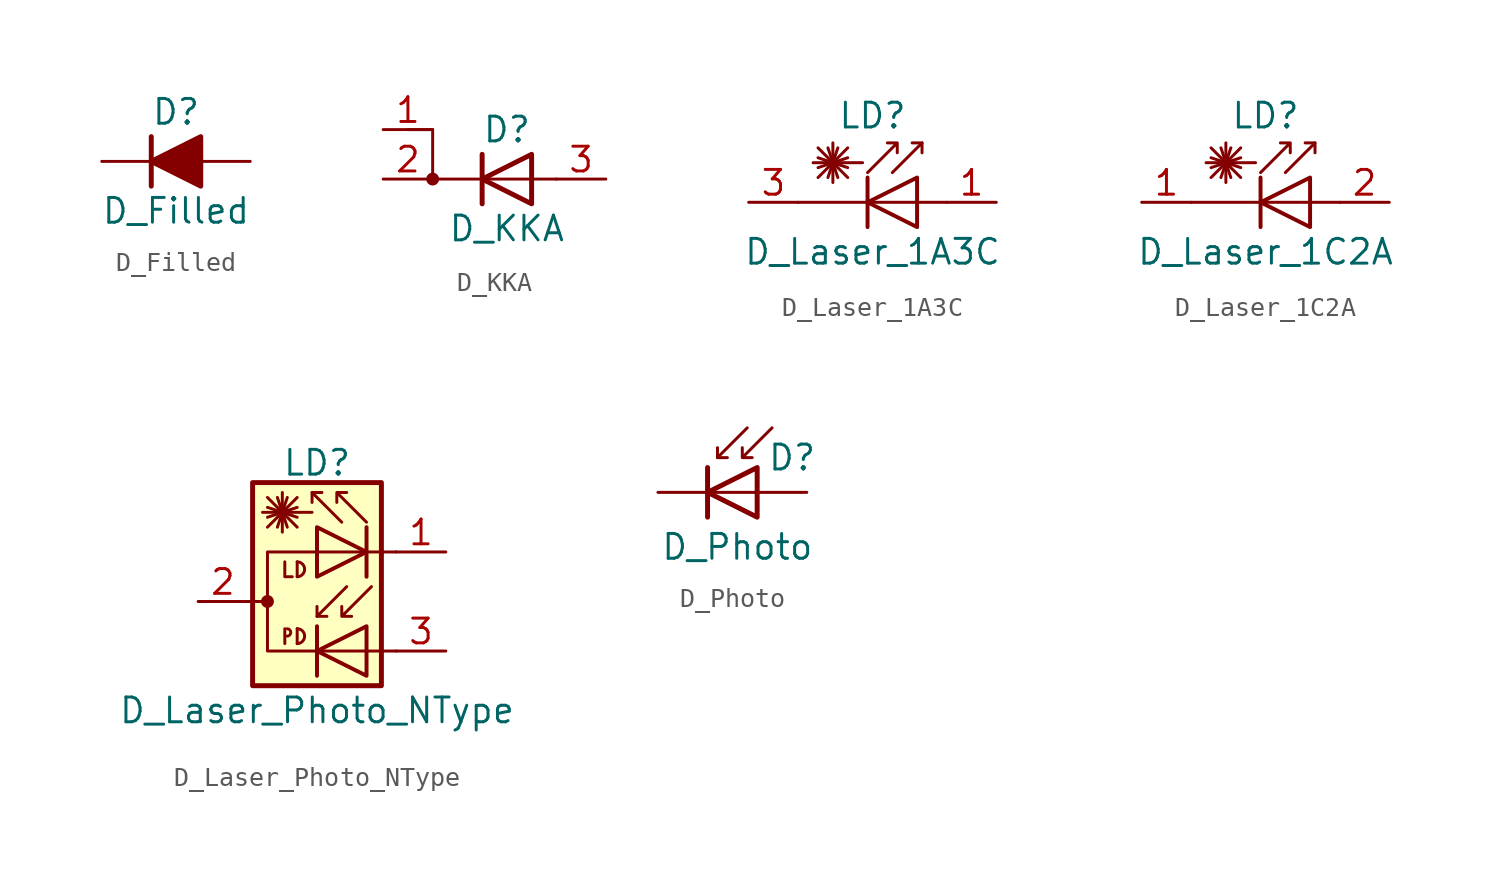
<source format=kicad_sym>
(kicad_symbol_lib
  (version 20211014)
  (generator kicad_symbol_editor)
  (symbol "D_Filled"
    (pin_numbers hide)
    (pin_names
      (offset 1.016) hide)
    (property "Reference" "D"
      (at 0 2.54 0)
      (effects (font (size 1.27 1.27))))
    (property "Value" "D_Filled"
      (at 0 -2.54 0)
      (effects (font (size 1.27 1.27))))
    (symbol "D_Filled_0_1"
      (polyline (pts (xy -1.27 1.27) (xy -1.27 -1.27)) (stroke (width 0.254) (type default) (color 0 0 0 0)) (fill (type none)))
      (polyline (pts (xy 1.27 0) (xy -1.27 0)) (stroke (width 0) (type default) (color 0 0 0 0)) (fill (type none)))
      (polyline (pts (xy 1.27 1.27) (xy 1.27 -1.27) (xy -1.27 0) (xy 1.27 1.27)) (stroke (width 0.254) (type default) (color 0 0 0 0)) (fill (type outline))))
    (symbol "D_Filled_1_1"
      (pin passive line (at -3.81 0 0) (length 2.54) (name "K" (effects (font (size 1.27 1.27)))) (number "1" (effects (font (size 1.27 1.27)))))
      (pin passive line (at 3.81 0 180) (length 2.54) (name "A" (effects (font (size 1.27 1.27)))) (number "2" (effects (font (size 1.27 1.27)))))))
  (symbol "D_KKA"
    (pin_names
      (offset 0) hide)
    (property "Reference" "D"
      (at 0 2.54 0)
      (effects (font (size 1.27 1.27))))
    (property "Value" "D_KKA"
      (at 0 -2.54 0)
      (effects (font (size 1.27 1.27))))
    (symbol "D_KKA_0_1"
      (circle (center -3.81 0) (radius 0.254) (stroke (width 0) (type default) (color 0 0 0 0)) (fill (type outline)))
      (polyline (pts (xy -1.27 1.27) (xy -1.27 -1.27)) (stroke (width 0.254) (type default) (color 0 0 0 0)) (fill (type none)))
      (polyline (pts (xy -5.08 2.54) (xy -3.81 2.54) (xy -3.81 0) (xy 2.54 0)) (stroke (width 0) (type default) (color 0 0 0 0)) (fill (type none)))
      (polyline (pts (xy 1.27 1.27) (xy 1.27 -1.27) (xy -1.27 0) (xy 1.27 1.27)) (stroke (width 0.254) (type default) (color 0 0 0 0)) (fill (type none))))
    (symbol "D_KKA_1_1"
      (pin input line (at -6.35 2.54 0) (length 2.54) (name "K" (effects (font (size 1.27 1.27)))) (number "1" (effects (font (size 1.27 1.27)))))
      (pin passive line (at -6.35 0 0) (length 2.54) (name "K" (effects (font (size 1.27 1.27)))) (number "2" (effects (font (size 1.27 1.27)))))
      (pin passive line (at 5.08 0 180) (length 2.54) (name "A" (effects (font (size 1.27 1.27)))) (number "3" (effects (font (size 1.27 1.27)))))))
  (symbol "D_Laser_1A3C"
    (pin_names
      (offset 1.016) hide)
    (property "Reference" "LD"
      (at -1.27 4.445 0)
      (effects (font (size 1.27 1.27))))
    (property "Value" "D_Laser_1A3C"
      (at -1.27 -2.54 0)
      (effects (font (size 1.27 1.27))))
    (symbol "D_Laser_1A3C_0_1"
      (polyline (pts (xy -4.064 1.27) (xy -2.54 2.794)) (stroke (width 0) (type default) (color 0 0 0 0)) (fill (type none)))
      (polyline (pts (xy -4.064 1.778) (xy -2.54 2.286)) (stroke (width 0) (type default) (color 0 0 0 0)) (fill (type none)))
      (polyline (pts (xy -4.064 2.286) (xy -2.54 1.778)) (stroke (width 0) (type default) (color 0 0 0 0)) (fill (type none)))
      (polyline (pts (xy -4.064 2.794) (xy -2.54 1.27)) (stroke (width 0) (type default) (color 0 0 0 0)) (fill (type none)))
      (polyline (pts (xy -3.556 2.794) (xy -3.048 1.27)) (stroke (width 0) (type default) (color 0 0 0 0)) (fill (type none)))
      (polyline (pts (xy -3.302 2.032) (xy -3.302 1.016)) (stroke (width 0) (type default) (color 0 0 0 0)) (fill (type none)))
      (polyline (pts (xy -3.302 2.032) (xy -3.302 3.048)) (stroke (width 0) (type default) (color 0 0 0 0)) (fill (type none)))
      (polyline (pts (xy -3.048 2.794) (xy -3.556 1.27)) (stroke (width 0) (type default) (color 0 0 0 0)) (fill (type none)))
      (polyline (pts (xy -1.778 2.032) (xy -4.318 2.032)) (stroke (width 0) (type default) (color 0 0 0 0)) (fill (type none)))
      (polyline (pts (xy -1.524 1.27) (xy -1.524 -1.27)) (stroke (width 0.203) (type default) (color 0 0 0 0)) (fill (type none)))
      (polyline (pts (xy 1.27 3.048) (xy 0.762 3.048)) (stroke (width 0) (type default) (color 0 0 0 0)) (fill (type none)))
      (polyline (pts (xy 2.54 0) (xy -5.08 0)) (stroke (width 0) (type default) (color 0 0 0 0)) (fill (type none)))
      (polyline (pts (xy -0.254 1.524) (xy 1.27 3.048) (xy 1.27 2.54)) (stroke (width 0) (type default) (color 0 0 0 0)) (fill (type none)))
      (polyline (pts (xy 1.016 1.27) (xy 1.016 -1.27) (xy -1.524 0) (xy 1.016 1.27)) (stroke (width 0.203) (type default) (color 0 0 0 0)) (fill (type none)))
      (polyline (pts (xy -1.524 1.524) (xy 0 3.048) (xy 0 2.54) (xy 0 3.048) (xy -0.508 3.048)) (stroke (width 0) (type default) (color 0 0 0 0)) (fill (type none))))
    (symbol "D_Laser_1A3C_1_1"
      (pin passive line (at 5.08 0 180) (length 2.54) (name "A" (effects (font (size 1.27 1.27)))) (number "1" (effects (font (size 1.27 1.27)))))
      (pin passive line (at -7.62 0 0) (length 2.54) (name "K" (effects (font (size 1.27 1.27)))) (number "3" (effects (font (size 1.27 1.27)))))))
  (symbol "D_Laser_1C2A"
    (pin_names
      (offset 1.016) hide)
    (property "Reference" "LD"
      (at -1.27 4.445 0)
      (effects (font (size 1.27 1.27))))
    (property "Value" "D_Laser_1C2A"
      (at -1.27 -2.54 0)
      (effects (font (size 1.27 1.27))))
    (symbol "D_Laser_1C2A_0_1"
      (polyline (pts (xy -4.064 1.27) (xy -2.54 2.794)) (stroke (width 0) (type default) (color 0 0 0 0)) (fill (type none)))
      (polyline (pts (xy -4.064 1.778) (xy -2.54 2.286)) (stroke (width 0) (type default) (color 0 0 0 0)) (fill (type none)))
      (polyline (pts (xy -4.064 2.286) (xy -2.54 1.778)) (stroke (width 0) (type default) (color 0 0 0 0)) (fill (type none)))
      (polyline (pts (xy -4.064 2.794) (xy -2.54 1.27)) (stroke (width 0) (type default) (color 0 0 0 0)) (fill (type none)))
      (polyline (pts (xy -3.556 2.794) (xy -3.048 1.27)) (stroke (width 0) (type default) (color 0 0 0 0)) (fill (type none)))
      (polyline (pts (xy -3.302 2.032) (xy -3.302 1.016)) (stroke (width 0) (type default) (color 0 0 0 0)) (fill (type none)))
      (polyline (pts (xy -3.302 2.032) (xy -3.302 3.048)) (stroke (width 0) (type default) (color 0 0 0 0)) (fill (type none)))
      (polyline (pts (xy -3.048 2.794) (xy -3.556 1.27)) (stroke (width 0) (type default) (color 0 0 0 0)) (fill (type none)))
      (polyline (pts (xy -1.778 2.032) (xy -4.318 2.032)) (stroke (width 0) (type default) (color 0 0 0 0)) (fill (type none)))
      (polyline (pts (xy -1.524 1.27) (xy -1.524 -1.27)) (stroke (width 0.203) (type default) (color 0 0 0 0)) (fill (type none)))
      (polyline (pts (xy 1.27 3.048) (xy 0.762 3.048)) (stroke (width 0) (type default) (color 0 0 0 0)) (fill (type none)))
      (polyline (pts (xy 2.54 0) (xy -5.08 0)) (stroke (width 0) (type default) (color 0 0 0 0)) (fill (type none)))
      (polyline (pts (xy -0.254 1.524) (xy 1.27 3.048) (xy 1.27 2.54)) (stroke (width 0) (type default) (color 0 0 0 0)) (fill (type none)))
      (polyline (pts (xy 1.016 1.27) (xy 1.016 -1.27) (xy -1.524 0) (xy 1.016 1.27)) (stroke (width 0.203) (type default) (color 0 0 0 0)) (fill (type none)))
      (polyline (pts (xy -1.524 1.524) (xy 0 3.048) (xy 0 2.54) (xy 0 3.048) (xy -0.508 3.048)) (stroke (width 0) (type default) (color 0 0 0 0)) (fill (type none))))
    (symbol "D_Laser_1C2A_1_1"
      (pin passive line (at -7.62 0 0) (length 2.54) (name "K" (effects (font (size 1.27 1.27)))) (number "1" (effects (font (size 1.27 1.27)))))
      (pin passive line (at 5.08 0 180) (length 2.54) (name "A" (effects (font (size 1.27 1.27)))) (number "2" (effects (font (size 1.27 1.27)))))))
  (symbol "D_Laser_Photo_NType"
    (pin_names hide)
    (property "Reference" "LD"
      (at 1.016 7.112 0)
      (effects (font (size 1.27 1.27))))
    (property "Value" "D_Laser_Photo_NType"
      (at 1.016 -5.588 0)
      (effects (font (size 1.27 1.27))))
    (symbol "D_Laser_Photo_NType_0_1"
      (circle (center -1.524 0) (radius 0.254) (stroke (width 0) (type default) (color 0 0 0 0)) (fill (type outline)))
      (arc (start -0.508 -1.778) (mid -0.3298 -1.5875) (end -0.508 -1.397) (stroke (width 0) (type default) (color 0 0 0 0)) (fill (type none)))
      (arc (start 0 -2.159) (mid 0.381 -1.778) (end 0 -1.397) (stroke (width 0) (type default) (color 0 0 0 0)) (fill (type none)))
      (polyline (pts (xy -2.54 0) (xy -1.524 0)) (stroke (width 0) (type default) (color 0 0 0 0)) (fill (type none)))
      (polyline (pts (xy -1.524 3.81) (xy 0 5.334)) (stroke (width 0) (type default) (color 0 0 0 0)) (fill (type none)))
      (polyline (pts (xy -1.524 4.318) (xy 0 4.826)) (stroke (width 0) (type default) (color 0 0 0 0)) (fill (type none)))
      (polyline (pts (xy -1.524 4.826) (xy 0 4.318)) (stroke (width 0) (type default) (color 0 0 0 0)) (fill (type none)))
      (polyline (pts (xy -1.524 5.334) (xy 0 3.81)) (stroke (width 0) (type default) (color 0 0 0 0)) (fill (type none)))
      (polyline (pts (xy -1.016 5.334) (xy -0.508 3.81)) (stroke (width 0) (type default) (color 0 0 0 0)) (fill (type none)))
      (polyline (pts (xy -0.762 4.572) (xy -0.762 3.556)) (stroke (width 0) (type default) (color 0 0 0 0)) (fill (type none)))
      (polyline (pts (xy -0.762 4.572) (xy -0.762 5.588)) (stroke (width 0) (type default) (color 0 0 0 0)) (fill (type none)))
      (polyline (pts (xy -0.635 -1.397) (xy -0.635 -2.159)) (stroke (width 0) (type default) (color 0 0 0 0)) (fill (type none)))
      (polyline (pts (xy -0.508 5.334) (xy -1.016 3.81)) (stroke (width 0) (type default) (color 0 0 0 0)) (fill (type none)))
      (polyline (pts (xy 0 -1.397) (xy 0 -2.159)) (stroke (width 0) (type default) (color 0 0 0 0)) (fill (type none)))
      (polyline (pts (xy 0 2.032) (xy 0 1.27)) (stroke (width 0) (type default) (color 0 0 0 0)) (fill (type none)))
      (polyline (pts (xy 0.762 4.572) (xy -1.778 4.572)) (stroke (width 0) (type default) (color 0 0 0 0)) (fill (type none)))
      (polyline (pts (xy 0.762 5.588) (xy 1.27 5.588)) (stroke (width 0) (type default) (color 0 0 0 0)) (fill (type none)))
      (polyline (pts (xy 1.016 -1.27) (xy 1.016 -3.81)) (stroke (width 0.203) (type default) (color 0 0 0 0)) (fill (type none)))
      (polyline (pts (xy 1.016 -0.762) (xy 1.524 -0.762)) (stroke (width 0) (type default) (color 0 0 0 0)) (fill (type none)))
      (polyline (pts (xy 3.556 3.81) (xy 3.556 1.27)) (stroke (width 0.203) (type default) (color 0 0 0 0)) (fill (type none)))
      (polyline (pts (xy -0.635 2.032) (xy -0.635 1.27) (xy -0.254 1.27)) (stroke (width 0) (type default) (color 0 0 0 0)) (fill (type none)))
      (polyline (pts (xy 2.286 4.064) (xy 0.762 5.588) (xy 0.762 5.08)) (stroke (width 0) (type default) (color 0 0 0 0)) (fill (type none)))
      (polyline (pts (xy 2.54 0.762) (xy 1.016 -0.762) (xy 1.016 -0.254)) (stroke (width 0) (type default) (color 0 0 0 0)) (fill (type none)))
      (polyline (pts (xy 3.556 -1.27) (xy 3.556 -3.81) (xy 1.016 -2.54) (xy 3.556 -1.27)) (stroke (width 0.203) (type default) (color 0 0 0 0)) (fill (type none)))
      (polyline (pts (xy 5.08 2.54) (xy -1.524 2.54) (xy -1.524 -2.54) (xy 5.08 -2.54)) (stroke (width 0) (type default) (color 0 0 0 0)) (fill (type none)))
      (polyline (pts (xy 3.556 4.064) (xy 2.032 5.588) (xy 2.032 5.08) (xy 2.032 5.588) (xy 2.54 5.588)) (stroke (width 0) (type default) (color 0 0 0 0)) (fill (type none)))
      (polyline (pts (xy 3.81 0.762) (xy 2.286 -0.762) (xy 2.286 -0.254) (xy 2.286 -0.762) (xy 2.794 -0.762)) (stroke (width 0) (type default) (color 0 0 0 0)) (fill (type none)))
      (arc (start 0 1.27) (mid 0.381 1.651) (end 0 2.032) (stroke (width 0) (type default) (color 0 0 0 0)) (fill (type none)))
      (rectangle (start 4.318 6.096) (end -2.286 -4.318) (stroke (width 0.254) (type default) (color 0 0 0 0)) (fill (type background))))
    (symbol "D_Laser_Photo_NType_1_1"
      (polyline (pts (xy 1.016 3.81) (xy 1.016 1.27) (xy 3.556 2.54) (xy 1.016 3.81)) (stroke (width 0.203) (type default) (color 0 0 0 0)) (fill (type none)))
      (pin passive line (at 7.62 2.54 180) (length 2.54) (name "~" (effects (font (size 1.27 1.27)))) (number "1" (effects (font (size 1.27 1.27)))))
      (pin passive line (at -5.08 0 0) (length 2.54) (name "~" (effects (font (size 1.27 1.27)))) (number "2" (effects (font (size 1.27 1.27)))))
      (pin passive line (at 7.62 -2.54 180) (length 2.54) (name "~" (effects (font (size 1.27 1.27)))) (number "3" (effects (font (size 1.27 1.27)))))))
  (symbol "D_Photo"
    (pin_numbers hide)
    (pin_names hide)
    (property "Reference" "D"
      (at 0.508 1.778 0)
      (effects (font (size 1.27 1.27)) (justify left)))
    (property "Value" "D_Photo"
      (at -1.016 -2.794 0)
      (effects (font (size 1.27 1.27))))
    (symbol "D_Photo_0_1"
      (polyline (pts (xy -2.54 1.27) (xy -2.54 -1.27)) (stroke (width 0.254) (type default) (color 0 0 0 0)) (fill (type none)))
      (polyline (pts (xy -2.032 1.778) (xy -1.524 1.778)) (stroke (width 0) (type default) (color 0 0 0 0)) (fill (type none)))
      (polyline (pts (xy 0 0) (xy -2.54 0)) (stroke (width 0) (type default) (color 0 0 0 0)) (fill (type none)))
      (polyline (pts (xy -0.508 3.302) (xy -2.032 1.778) (xy -2.032 2.286)) (stroke (width 0) (type default) (color 0 0 0 0)) (fill (type none)))
      (polyline (pts (xy 0 -1.27) (xy 0 1.27) (xy -2.54 0) (xy 0 -1.27)) (stroke (width 0.254) (type default) (color 0 0 0 0)) (fill (type none)))
      (polyline (pts (xy 0.762 3.302) (xy -0.762 1.778) (xy -0.762 2.286) (xy -0.762 1.778) (xy -0.254 1.778)) (stroke (width 0) (type default) (color 0 0 0 0)) (fill (type none))))
    (symbol "D_Photo_1_1"
      (pin passive line (at -5.08 0 0) (length 2.54) (name "K" (effects (font (size 1.27 1.27)))) (number "1" (effects (font (size 1.27 1.27)))))
      (pin passive line (at 2.54 0 180) (length 2.54) (name "A" (effects (font (size 1.27 1.27)))) (number "2" (effects (font (size 1.27 1.27))))))))
</source>
